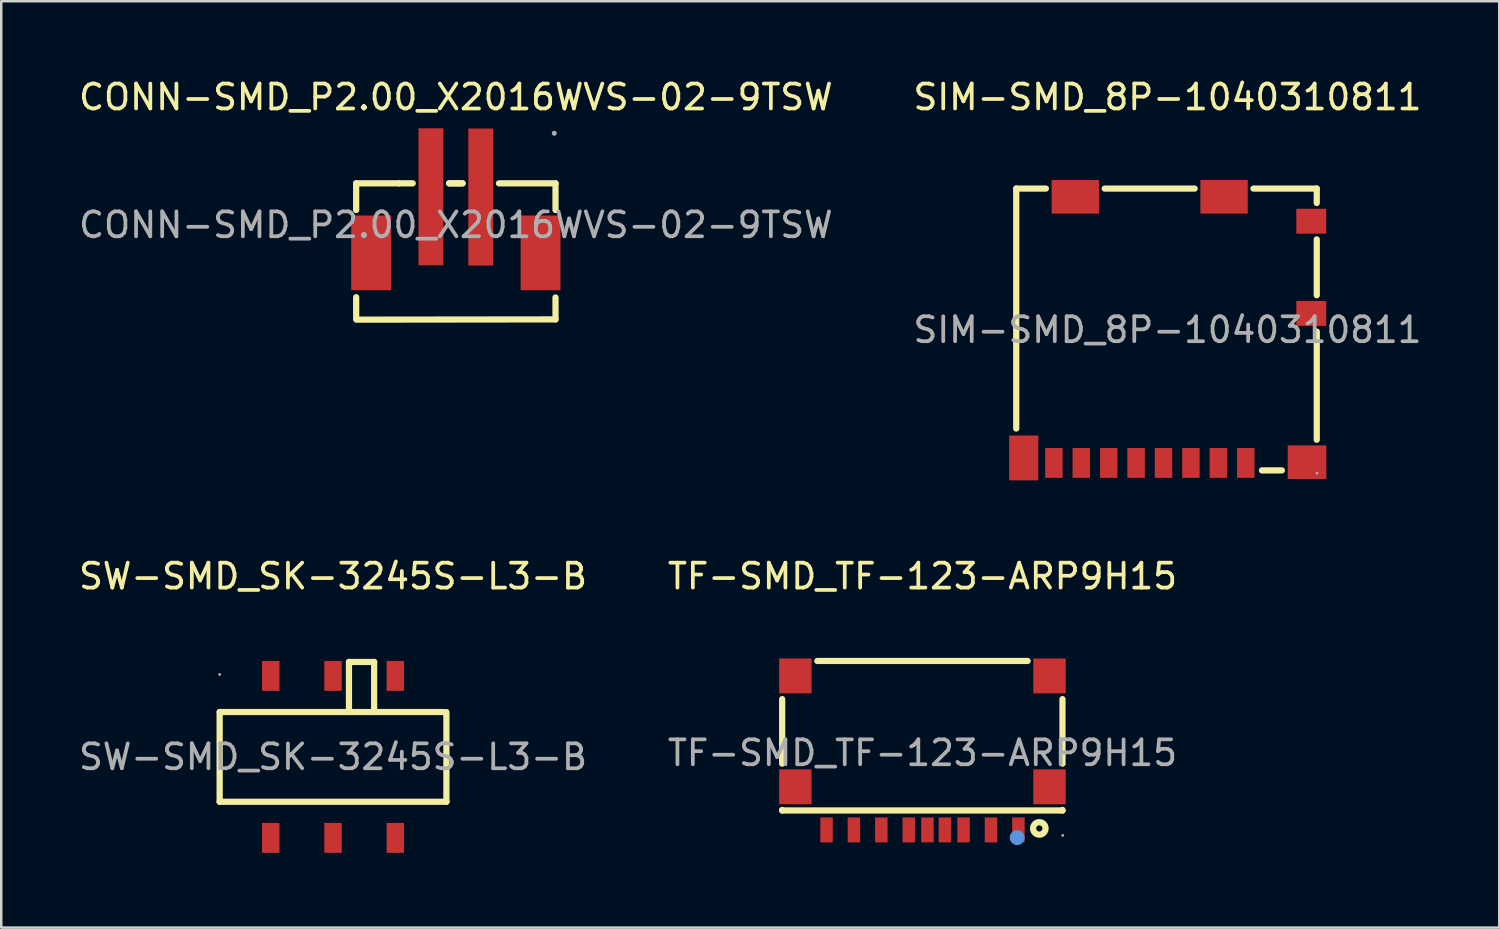
<source format=kicad_pcb>
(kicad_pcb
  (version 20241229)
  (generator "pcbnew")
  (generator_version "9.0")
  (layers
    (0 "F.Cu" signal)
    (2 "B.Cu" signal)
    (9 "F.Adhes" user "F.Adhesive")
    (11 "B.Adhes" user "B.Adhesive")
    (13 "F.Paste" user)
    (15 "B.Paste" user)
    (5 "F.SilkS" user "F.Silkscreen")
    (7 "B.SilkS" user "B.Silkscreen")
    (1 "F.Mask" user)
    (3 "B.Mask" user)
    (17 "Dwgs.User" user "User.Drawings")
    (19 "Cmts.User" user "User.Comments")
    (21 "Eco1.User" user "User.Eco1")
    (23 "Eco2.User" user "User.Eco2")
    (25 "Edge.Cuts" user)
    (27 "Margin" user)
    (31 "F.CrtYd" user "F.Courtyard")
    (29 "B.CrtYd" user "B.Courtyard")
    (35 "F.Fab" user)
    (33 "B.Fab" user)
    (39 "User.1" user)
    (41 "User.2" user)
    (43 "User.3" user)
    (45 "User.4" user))
  (footprint "SIM-SMD_8P-1040310811"
    (layer "F.Cu")
    (at 43.804 10.188)
    (property "Reference" "SIM-SMD_8P-1040310811" (at 0 -9.34 0) (layer "F.SilkS") (effects (font (size 1 1) (thickness 0.15))))
    (attr smd)
    (fp_line (start -6.07 -5.67) (end -4.88 -5.67) (stroke (width 0.25) (type solid)) (layer "F.SilkS"))
    (fp_line (start -6.07 3.96) (end -6.07 -5.67) (stroke (width 0.25) (type solid)) (layer "F.SilkS"))
    (fp_line (start -2.52 -5.67) (end 1.09 -5.67) (stroke (width 0.25) (type solid)) (layer "F.SilkS"))
    (fp_line (start 3.45 -5.67) (end 5.99 -5.67) (stroke (width 0.25) (type solid)) (layer "F.SilkS"))
    (fp_line (start 3.79 5.64) (end 4.59 5.64) (stroke (width 0.25) (type solid)) (layer "F.SilkS"))
    (fp_line (start 5.99 -5.67) (end 5.99 -5.09) (stroke (width 0.25) (type solid)) (layer "F.SilkS"))
    (fp_line (start 5.99 -3.63) (end 5.99 -1.39) (stroke (width 0.25) (type solid)) (layer "F.SilkS"))
    (fp_line (start 5.99 0.07) (end 5.99 4.41) (stroke (width 0.25) (type solid)) (layer "F.SilkS"))
    (fp_circle (center 6 5.75) (end 6.03 5.75) (stroke (width 0.06) (type solid)) (fill no) (layer "F.Fab"))
    (fp_text user "${REFERENCE}" (at 0 0 0) (layer "F.Fab") (effects (font (size 1 1) (thickness 0.15))))
    (pad "1" smd rect (at 3.14 5.34) (size 0.7 1.2) (layers "F.Cu" "F.Mask" "F.Paste"))
    (pad "2" smd rect (at 2.04 5.34) (size 0.7 1.2) (layers "F.Cu" "F.Mask" "F.Paste"))
    (pad "3" smd rect (at 0.94 5.34) (size 0.7 1.2) (layers "F.Cu" "F.Mask" "F.Paste"))
    (pad "4" smd rect (at -0.16 5.34) (size 0.7 1.2) (layers "F.Cu" "F.Mask" "F.Paste"))
    (pad "5" smd rect (at -1.26 5.34) (size 0.7 1.2) (layers "F.Cu" "F.Mask" "F.Paste"))
    (pad "6" smd rect (at -2.36 5.34) (size 0.7 1.2) (layers "F.Cu" "F.Mask" "F.Paste"))
    (pad "7" smd rect (at -3.46 5.34) (size 0.7 1.2) (layers "F.Cu" "F.Mask" "F.Paste"))
    (pad "8" smd rect (at -4.56 5.34) (size 0.7 1.2) (layers "F.Cu" "F.Mask" "F.Paste"))
    (pad "9" smd rect (at -5.77 5.14) (size 1.17 1.8) (layers "F.Cu" "F.Mask" "F.Paste"))
    (pad "10" smd rect (at 5.6 5.31) (size 1.55 1.35) (layers "F.Cu" "F.Mask" "F.Paste"))
    (pad "11" smd rect (at 5.77 -0.66) (size 1.2 1) (layers "F.Cu" "F.Mask" "F.Paste"))
    (pad "12" smd rect (at 5.77 -4.36) (size 1.2 1) (layers "F.Cu" "F.Mask" "F.Paste"))
    (pad "13" smd rect (at 2.27 -5.34) (size 1.9 1.35) (layers "F.Cu" "F.Mask" "F.Paste"))
    (pad "14" smd rect (at -3.7 -5.34) (size 1.9 1.35) (layers "F.Cu" "F.Mask" "F.Paste")))
  (footprint "CONN-SMD_P2.00_X2016WVS-02-9TSW"
    (layer "F.Cu")
    (at 15.244 5.978)
    (property "Reference" "CONN-SMD_P2.00_X2016WVS-02-9TSW" (at 0 -5.13 0) (layer "F.SilkS") (effects (font (size 1 1) (thickness 0.15))))
    (attr through_hole)
    (fp_line (start -4 -1.67) (end -4 -0.6) (stroke (width 0.25) (type solid)) (layer "F.SilkS"))
    (fp_line (start -4 2.9) (end -4 3.79) (stroke (width 0.25) (type solid)) (layer "F.SilkS"))
    (fp_line (start -3.97 3.8) (end 4 3.79) (stroke (width 0.25) (type solid)) (layer "F.SilkS"))
    (fp_line (start -2.27 -1.67) (end -4 -1.67) (stroke (width 0.25) (type solid)) (layer "F.SilkS"))
    (fp_line (start -1.73 -1.67) (end -2.27 -1.67) (stroke (width 0.25) (type solid)) (layer "F.SilkS"))
    (fp_line (start 0.27 -1.67) (end -0.27 -1.67) (stroke (width 0.25) (type solid)) (layer "F.SilkS"))
    (fp_line (start 0.27 -1.67) (end -0.27 -1.67) (stroke (width 0.25) (type solid)) (layer "F.SilkS"))
    (fp_line (start 4 -1.67) (end 1.73 -1.67) (stroke (width 0.25) (type solid)) (layer "F.SilkS"))
    (fp_line (start 4 -1.67) (end 4 -0.6) (stroke (width 0.25) (type solid)) (layer "F.SilkS"))
    (fp_line (start 4 2.91) (end 4 3.79) (stroke (width 0.25) (type solid)) (layer "F.SilkS"))
    (fp_circle (center 3.95 -3.68) (end 4 -3.68) (stroke (width 0.1) (type solid)) (fill no) (layer "F.Fab"))
    (fp_text user "${REFERENCE}" (at 0 0 0) (layer "F.Fab") (effects (font (size 1 1) (thickness 0.15))))
    (pad "1" smd rect (at 1 -1.12) (size 1 5.5) (layers "F.Cu" "F.Mask" "F.Paste"))
    (pad "2" smd rect (at -1 -1.13) (size 1 5.5) (layers "F.Cu" "F.Mask" "F.Paste"))
    (pad "3" smd rect (at -3.4 1.12) (size 1.6 3) (layers "F.Cu" "F.Mask" "F.Paste"))
    (pad "4" smd rect (at 3.4 1.12) (size 1.6 3) (layers "F.Cu" "F.Mask" "F.Paste")))
  (footprint "TF-SMD_TF-123-ARP9H15"
    (layer "F.Cu")
    (at 33.97 27.166)
    (property "Reference" "TF-SMD_TF-123-ARP9H15" (at 0 -7.09 0) (layer "F.SilkS") (effects (font (size 1 1) (thickness 0.15))))
    (attr smd)
    (fp_line (start -5.63 0.43) (end -5.63 -2.16) (stroke (width 0.25) (type solid)) (layer "F.SilkS"))
    (fp_line (start -5.63 2.31) (end -5.63 2.29) (stroke (width 0.25) (type solid)) (layer "F.SilkS"))
    (fp_line (start -4.22 -3.69) (end 4.22 -3.69) (stroke (width 0.25) (type solid)) (layer "F.SilkS"))
    (fp_line (start 5.62 -2.16) (end 5.62 0.43) (stroke (width 0.25) (type solid)) (layer "F.SilkS"))
    (fp_line (start 5.62 2.29) (end 5.62 2.31) (stroke (width 0.25) (type solid)) (layer "F.SilkS"))
    (fp_line (start 5.62 2.31) (end -5.63 2.31) (stroke (width 0.25) (type solid)) (layer "F.SilkS"))
    (fp_circle (center 4.69 3.03) (end 4.94 3.03) (stroke (width 0.25) (type solid)) (fill no) (layer "F.SilkS"))
    (fp_circle (center 3.8 3.4) (end 3.95 3.4) (stroke (width 0.3) (type solid)) (fill no) (layer "Cmts.User"))
    (fp_circle (center 5.63 3.31) (end 5.66 3.31) (stroke (width 0.06) (type solid)) (fill no) (layer "F.Fab"))
    (fp_text user "${REFERENCE}" (at 0 0 0) (layer "F.Fab") (effects (font (size 1 1) (thickness 0.15))))
    (pad "1" smd rect (at 3.85 3.09) (size 0.5 1) (layers "F.Cu" "F.Mask" "F.Paste"))
    (pad "2" smd rect (at 2.75 3.09) (size 0.5 1) (layers "F.Cu" "F.Mask" "F.Paste"))
    (pad "3" smd rect (at 1.65 3.09) (size 0.5 1) (layers "F.Cu" "F.Mask" "F.Paste"))
    (pad "4" smd rect (at 0.9 3.09) (size 0.5 1) (layers "F.Cu" "F.Mask" "F.Paste"))
    (pad "5" smd rect (at -0.55 3.09) (size 0.5 1) (layers "F.Cu" "F.Mask" "F.Paste"))
    (pad "6" smd rect (at -1.65 3.09) (size 0.5 1) (layers "F.Cu" "F.Mask" "F.Paste"))
    (pad "7" smd rect (at -2.75 3.09) (size 0.5 1) (layers "F.Cu" "F.Mask" "F.Paste"))
    (pad "8" smd rect (at -3.85 3.09) (size 0.5 1) (layers "F.Cu" "F.Mask" "F.Paste"))
    (pad "9" smd rect (at 0.2 3.09) (size 0.5 1) (layers "F.Cu" "F.Mask" "F.Paste"))
    (pad "10" smd rect (at -5.1 1.36) (size 1.3 1.4) (layers "F.Cu" "F.Mask" "F.Paste"))
    (pad "11" smd rect (at -5.1 -3.09) (size 1.3 1.4) (layers "F.Cu" "F.Mask" "F.Paste"))
    (pad "12" smd rect (at 5.1 -3.09) (size 1.3 1.4) (layers "F.Cu" "F.Mask" "F.Paste"))
    (pad "13" smd rect (at 5.1 1.36) (size 1.3 1.4) (layers "F.Cu" "F.Mask" "F.Paste")))
  (footprint "SW-SMD_SK-3245S-L3-B"
    (layer "F.Cu")
    (at 10.315 27.326)
    (property "Reference" "SW-SMD_SK-3245S-L3-B" (at 0 -7.25 0) (layer "F.SilkS") (effects (font (size 1 1) (thickness 0.15))))
    (attr smd)
    (fp_line (start -4.55 -1.8) (end -4.55 1.8) (stroke (width 0.25) (type solid)) (layer "F.SilkS"))
    (fp_line (start -4.55 -1.8) (end 4.44 -1.8) (stroke (width 0.25) (type solid)) (layer "F.SilkS"))
    (fp_line (start -4.55 1.8) (end 4.55 1.8) (stroke (width 0.25) (type solid)) (layer "F.SilkS"))
    (fp_line (start 0.64 -3.81) (end 1.65 -3.81) (stroke (width 0.25) (type solid)) (layer "F.SilkS"))
    (fp_line (start 0.64 -1.8) (end 0.64 -3.81) (stroke (width 0.25) (type solid)) (layer "F.SilkS"))
    (fp_line (start 1.65 -3.81) (end 1.65 -1.8) (stroke (width 0.25) (type solid)) (layer "F.SilkS"))
    (fp_line (start 4.55 -1.8) (end 4.55 1.8) (stroke (width 0.25) (type solid)) (layer "F.SilkS"))
    (fp_circle (center -4.55 -3.31) (end -4.52 -3.31) (stroke (width 0.06) (type solid)) (fill no) (layer "F.Fab"))
    (fp_text user "${REFERENCE}" (at 0 0 0) (layer "F.Fab") (effects (font (size 1 1) (thickness 0.15))))
    (pad "1" smd rect (at -2.5 -3.25 180) (size 0.7 1.2) (layers "F.Cu" "F.Mask" "F.Paste"))
    (pad "2" smd rect (at 0 -3.25 180) (size 0.7 1.2) (layers "F.Cu" "F.Mask" "F.Paste"))
    (pad "3" smd rect (at 2.5 -3.25 180) (size 0.7 1.2) (layers "F.Cu" "F.Mask" "F.Paste"))
    (pad "4" smd rect (at -2.5 3.25 180) (size 0.7 1.2) (layers "F.Cu" "F.Mask" "F.Paste"))
    (pad "5" smd rect (at 0 3.25 180) (size 0.7 1.2) (layers "F.Cu" "F.Mask" "F.Paste"))
    (pad "6" smd rect (at 2.5 3.25 180) (size 0.7 1.2) (layers "F.Cu" "F.Mask" "F.Paste")))
  (gr_rect
    (start -3 -3)
    (end 57.119 34.176)
    (stroke (width 0.1) (type default))
    (fill no)
    (layer "Edge.Cuts")))
</source>
